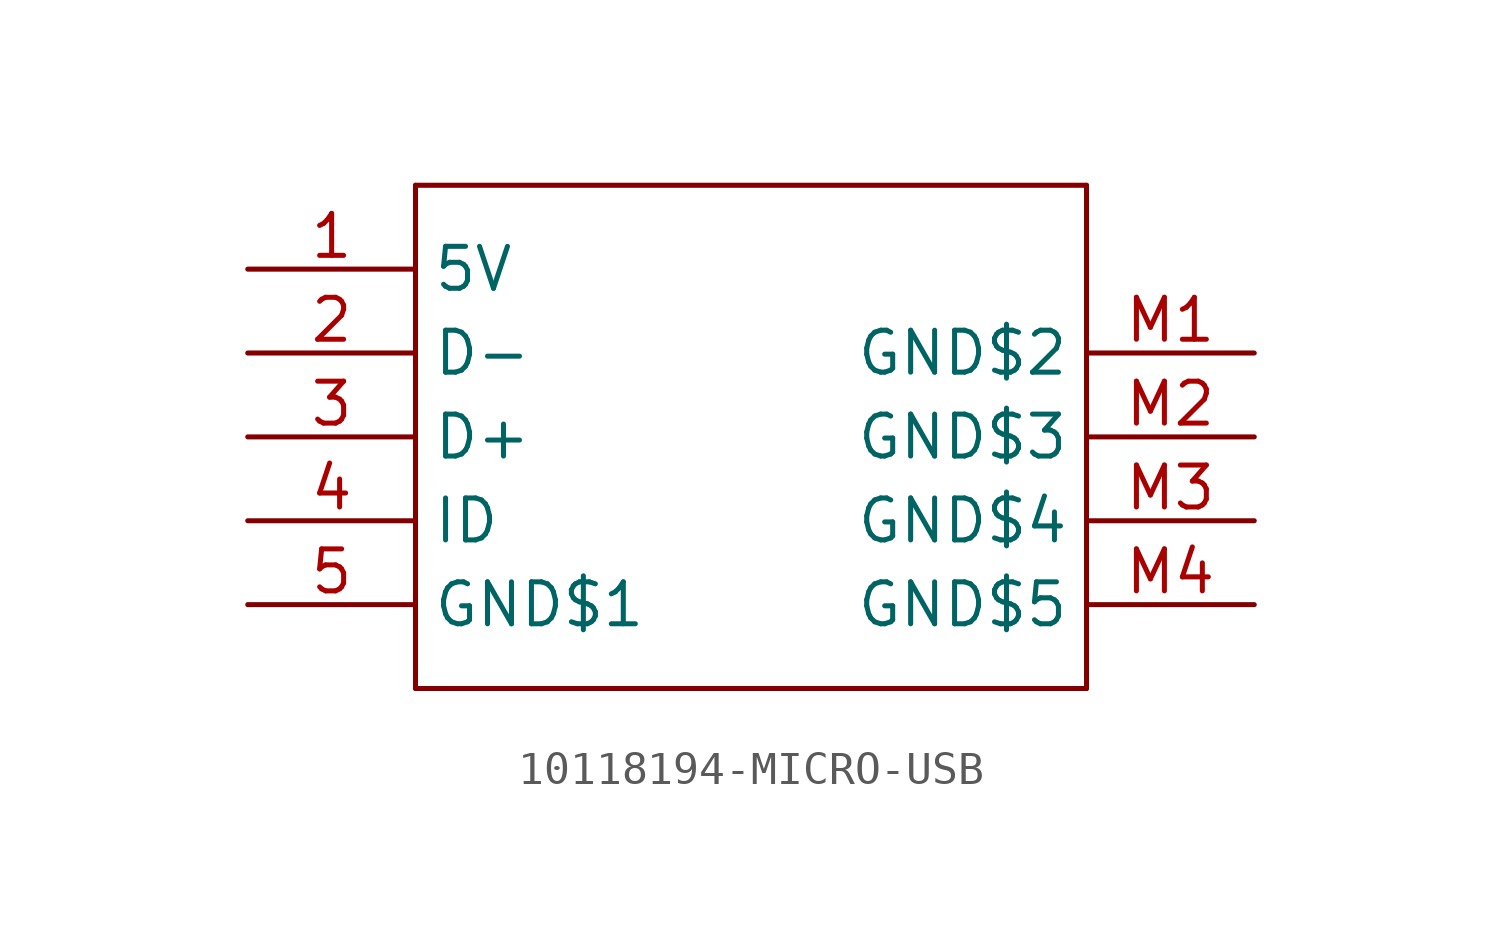
<source format=kicad_sym>
(kicad_symbol_lib
  (version 20220914)
  (generator kicad_symbol_editor)
  (symbol "10118194-MICRO-USB"
    (property "Reference" "U"
      (at -5.08 10.16 0)
      (effects (font (size 1.778 1.511)) (justify left bottom) hide))
    (property "ki_locked" ""
      (at 0 0 0)
      (effects (font (size 1.27 1.27))))
    (symbol "10118194-MICRO-USB_1_0"
      (polyline (pts (xy -10.16 -7.62) (xy 10.16 -7.62)) (stroke (width 0.152) (type solid)) (fill (type none)))
      (polyline (pts (xy -10.16 7.62) (xy -10.16 -7.62)) (stroke (width 0.152) (type solid)) (fill (type none)))
      (polyline (pts (xy 10.16 -7.62) (xy 10.16 7.62)) (stroke (width 0.152) (type solid)) (fill (type none)))
      (polyline (pts (xy 10.16 7.62) (xy -10.16 7.62)) (stroke (width 0.152) (type solid)) (fill (type none)))
      (pin bidirectional line (at -15.24 5.08 0) (length 5.08) (name "5V" (effects (font (size 1.27 1.27)))) (number "1" (effects (font (size 1.27 1.27)))))
      (pin bidirectional line (at -15.24 2.54 0) (length 5.08) (name "D-" (effects (font (size 1.27 1.27)))) (number "2" (effects (font (size 1.27 1.27)))))
      (pin bidirectional line (at -15.24 0 0) (length 5.08) (name "D+" (effects (font (size 1.27 1.27)))) (number "3" (effects (font (size 1.27 1.27)))))
      (pin bidirectional line (at -15.24 -2.54 0) (length 5.08) (name "ID" (effects (font (size 1.27 1.27)))) (number "4" (effects (font (size 1.27 1.27)))))
      (pin bidirectional line (at -15.24 -5.08 0) (length 5.08) (name "GND$1" (effects (font (size 1.27 1.27)))) (number "5" (effects (font (size 1.27 1.27)))))
      (pin passive line (at 15.24 2.54 180) (length 5.08) (name "GND$2" (effects (font (size 1.27 1.27)))) (number "M1" (effects (font (size 1.27 1.27)))))
      (pin passive line (at 15.24 0 180) (length 5.08) (name "GND$3" (effects (font (size 1.27 1.27)))) (number "M2" (effects (font (size 1.27 1.27)))))
      (pin passive line (at 15.24 -2.54 180) (length 5.08) (name "GND$4" (effects (font (size 1.27 1.27)))) (number "M3" (effects (font (size 1.27 1.27)))))
      (pin passive line (at 15.24 -5.08 180) (length 5.08) (name "GND$5" (effects (font (size 1.27 1.27)))) (number "M4" (effects (font (size 1.27 1.27))))))))
</source>
